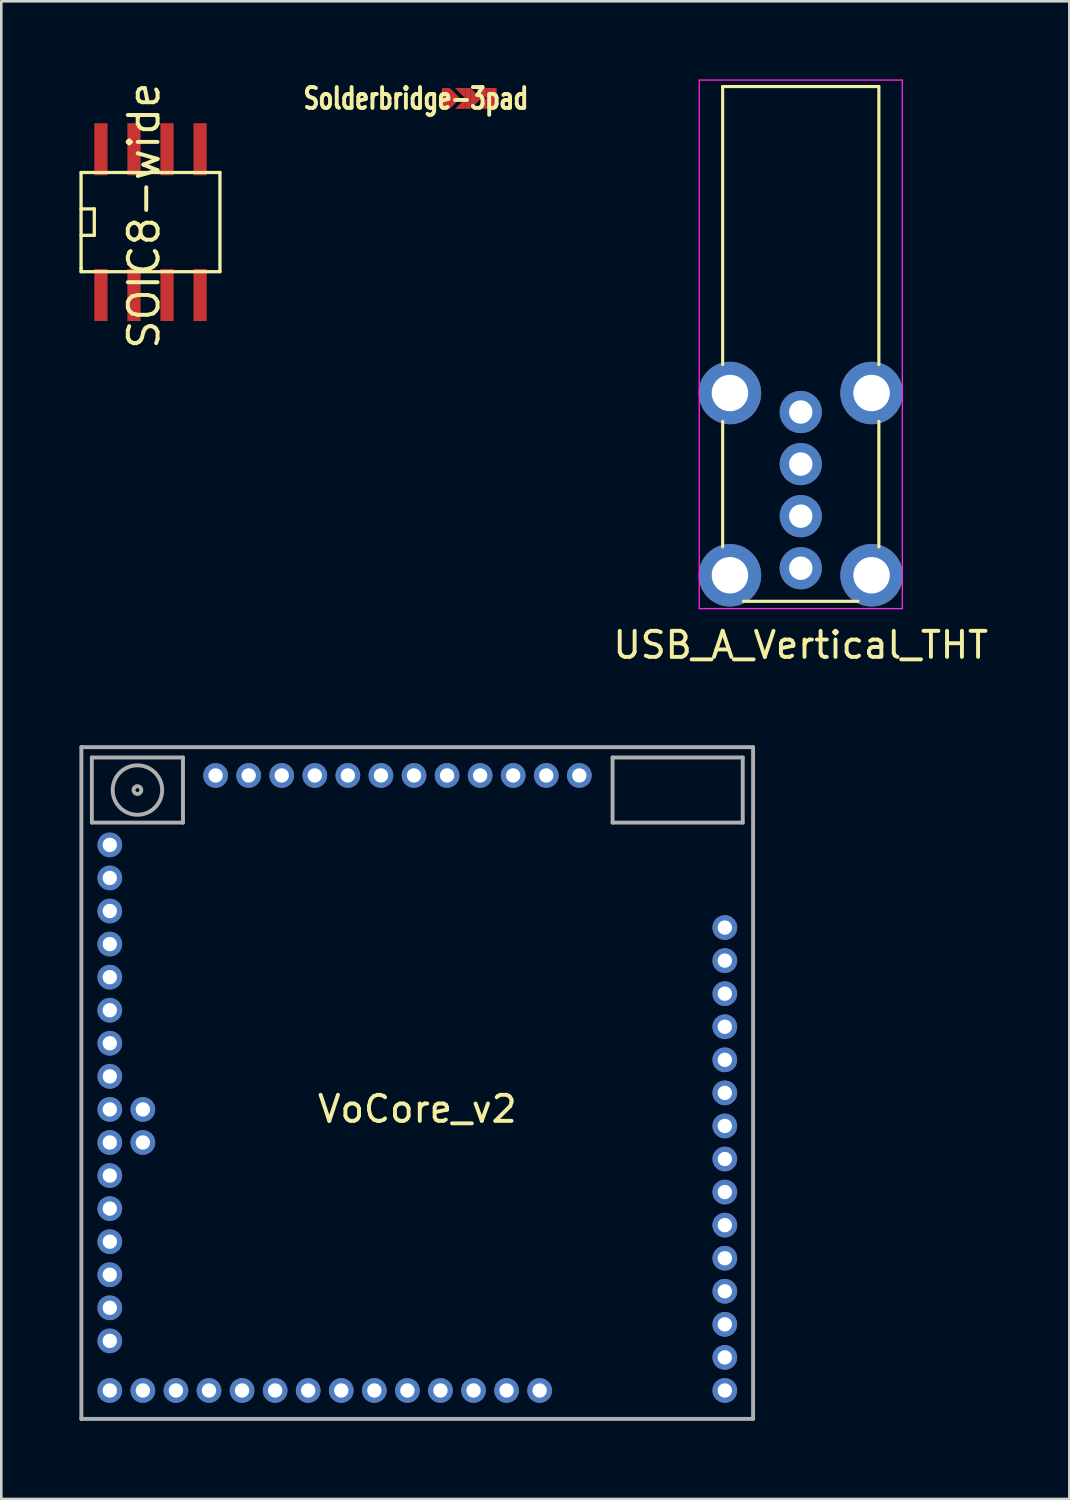
<source format=kicad_pcb>
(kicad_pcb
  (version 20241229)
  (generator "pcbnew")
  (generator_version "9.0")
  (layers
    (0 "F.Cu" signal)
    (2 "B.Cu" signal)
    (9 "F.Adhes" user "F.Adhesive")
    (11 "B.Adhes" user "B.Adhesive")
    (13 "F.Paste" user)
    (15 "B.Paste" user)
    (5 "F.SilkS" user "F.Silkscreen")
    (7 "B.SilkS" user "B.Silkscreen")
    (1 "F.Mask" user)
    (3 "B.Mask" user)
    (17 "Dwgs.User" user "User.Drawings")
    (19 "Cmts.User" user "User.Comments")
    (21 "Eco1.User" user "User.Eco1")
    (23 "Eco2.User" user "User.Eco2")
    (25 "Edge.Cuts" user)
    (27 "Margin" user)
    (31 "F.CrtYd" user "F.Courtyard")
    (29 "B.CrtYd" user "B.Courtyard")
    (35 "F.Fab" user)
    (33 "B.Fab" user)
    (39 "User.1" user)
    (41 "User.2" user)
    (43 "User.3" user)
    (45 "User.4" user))
  (footprint "Solderbridge-3pad"
    (layer "F.Cu")
    (at 14.626 0.731)
    (property "Reference" "Solderbridge-3pad" (at -1.7 0 180) (layer "F.SilkS") (effects (font (size 0.8 0.6) (thickness 0.15))))
    (attr through_hole)
    (fp_line (start -0.6 -0.3) (end 0.5 -0.3) (stroke (width 0.2) (type solid)) (layer "F.Mask"))
    (fp_line (start -0.6 -0.1) (end 0.4 -0.1) (stroke (width 0.3) (type solid)) (layer "F.Mask"))
    (fp_line (start -0.6 0.1) (end 0.4 0.1) (stroke (width 0.3) (type solid)) (layer "F.Mask"))
    (fp_line (start -0.6 0.3) (end -0.6 -0.3) (stroke (width 0.2) (type solid)) (layer "F.Mask"))
    (fp_line (start 0.4 -0.3) (end 1.3 -0.3) (stroke (width 0.2) (type solid)) (layer "F.Mask"))
    (fp_line (start 0.5 -0.3) (end 0.5 0.3) (stroke (width 0.2) (type solid)) (layer "F.Mask"))
    (fp_line (start 0.5 -0.2) (end 1.2 -0.2) (stroke (width 0.2) (type solid)) (layer "F.Mask"))
    (fp_line (start 0.5 -0.1) (end 1.2 -0.1) (stroke (width 0.2) (type solid)) (layer "F.Mask"))
    (fp_line (start 0.5 0) (end 1.2 0) (stroke (width 0.2) (type solid)) (layer "F.Mask"))
    (fp_line (start 0.5 0.1) (end 1.2 0.1) (stroke (width 0.2) (type solid)) (layer "F.Mask"))
    (fp_line (start 0.5 0.2) (end 1.2 0.2) (stroke (width 0.2) (type solid)) (layer "F.Mask"))
    (fp_line (start 0.5 0.3) (end -0.6 0.3) (stroke (width 0.2) (type solid)) (layer "F.Mask"))
    (fp_line (start 1.3 -0.3) (end 1.3 0.3) (stroke (width 0.2) (type solid)) (layer "F.Mask"))
    (fp_line (start 1.3 0.3) (end 0.5 0.3) (stroke (width 0.2) (type solid)) (layer "F.Mask"))
    (pad "1" smd rect (at -0.55 0) (size 0.3 0.8) (layers "F.Cu" "F.Mask" "F.Paste"))
    (pad "1" smd trapezoid (at -0.2 0) (size 0.4 0.4) (rect_delta 0.4 0) (layers "F.Cu" "F.Mask" "F.Paste"))
    (pad "2" smd trapezoid (at 0.1 -0.3 45) (size 0.283 0.283) (rect_delta 0.283 0) (layers "F.Cu" "F.Mask" "F.Paste"))
    (pad "2" smd trapezoid (at 0.1 0.3 315) (size 0.283 0.283) (rect_delta 0.283 0) (layers "F.Cu" "F.Mask" "F.Paste"))
    (pad "2" smd rect (at 0.3 0) (size 0.2 0.8) (layers "F.Cu" "F.Mask" "F.Paste"))
    (pad "2" smd trapezoid (at 0.6 0) (size 0.4 0.4) (rect_delta 0.4 0) (layers "F.Cu" "F.Mask" "F.Paste"))
    (pad "3" smd trapezoid (at 0.9 -0.3 45) (size 0.283 0.283) (rect_delta 0.283 0) (layers "F.Cu" "F.Mask" "F.Paste"))
    (pad "3" smd trapezoid (at 0.9 0.3 315) (size 0.283 0.283) (rect_delta 0.283 0) (layers "F.Cu" "F.Mask" "F.Paste"))
    (pad "3" smd rect (at 1.2 0) (size 0.4 0.8) (layers "F.Cu" "F.Mask" "F.Paste")))
  (footprint "USB_A_Vertical_THT"
    (layer "F.Cu")
    (at 27.706 12.775)
    (property "Reference" "USB_A_Vertical_THT" (at 0 8.95 0) (layer "F.SilkS") (effects (font (size 1 1) (thickness 0.15))))
    (attr through_hole)
    (fp_line (start -3 -12.5) (end 3 -12.5) (stroke (width 0.12) (type solid)) (layer "F.SilkS"))
    (fp_line (start -3 -1.82) (end -3 -12.5) (stroke (width 0.12) (type solid)) (layer "F.SilkS"))
    (fp_line (start -3 0.36) (end -3 5.18) (stroke (width 0.12) (type solid)) (layer "F.SilkS"))
    (fp_line (start 2.2 7.27) (end -2.2 7.27) (stroke (width 0.12) (type solid)) (layer "F.SilkS"))
    (fp_line (start 3 -1.82) (end 3 -12.5) (stroke (width 0.12) (type solid)) (layer "F.SilkS"))
    (fp_line (start 3 0.36) (end 3 5.18) (stroke (width 0.12) (type solid)) (layer "F.SilkS"))
    (fp_line (start -3.9 -12.75) (end 3.9 -12.75) (stroke (width 0.05) (type solid)) (layer "F.CrtYd"))
    (fp_line (start -3.9 7.55) (end -3.9 -12.75) (stroke (width 0.05) (type solid)) (layer "F.CrtYd"))
    (fp_line (start 3.9 -12.75) (end 3.9 7.55) (stroke (width 0.05) (type solid)) (layer "F.CrtYd"))
    (fp_line (start 3.9 7.55) (end -3.9 7.55) (stroke (width 0.05) (type solid)) (layer "F.CrtYd"))
    (pad "1" thru_hole circle (at 0 0) (size 1.62 1.62) (drill 0.9) (layers "*.Cu" "*.Mask"))
    (pad "2" thru_hole circle (at 0 2) (size 1.62 1.62) (drill 0.9) (layers "*.Cu" "*.Mask"))
    (pad "3" thru_hole circle (at 0 4) (size 1.62 1.62) (drill 0.9) (layers "*.Cu" "*.Mask"))
    (pad "4" thru_hole circle (at 0 6) (size 1.62 1.62) (drill 0.9) (layers "*.Cu" "*.Mask"))
    (pad "5" thru_hole circle (at -2.72 -0.73) (size 2.4 2.4) (drill 1.4) (layers "*.Cu" "*.Mask"))
    (pad "5" thru_hole circle (at -2.72 6.27) (size 2.4 2.4) (drill 1.4) (layers "*.Cu" "*.Mask"))
    (pad "5" thru_hole circle (at 2.72 -0.73) (size 2.4 2.4) (drill 1.4) (layers "*.Cu" "*.Mask"))
    (pad "5" thru_hole circle (at 2.72 6.27) (size 2.4 2.4) (drill 1.4) (layers "*.Cu" "*.Mask")))
  (footprint "SOIC8-wide"
    (layer "F.Cu")
    (at 2.731 5.481)
    (property "Reference" "SOIC8-wide" (at -0.25 -0.25 90) (layer "F.SilkS") (effects (font (size 1.143 1.143) (thickness 0.152))))
    (attr smd)
    (fp_line (start -2.667 -1.905) (end -2.667 1.778) (stroke (width 0.127) (type solid)) (layer "F.SilkS"))
    (fp_line (start -2.667 -0.508) (end -2.159 -0.508) (stroke (width 0.127) (type solid)) (layer "F.SilkS"))
    (fp_line (start -2.667 1.778) (end -2.667 1.905) (stroke (width 0.127) (type solid)) (layer "F.SilkS"))
    (fp_line (start -2.667 1.905) (end 2.667 1.905) (stroke (width 0.127) (type solid)) (layer "F.SilkS"))
    (fp_line (start -2.159 -0.508) (end -2.159 0.508) (stroke (width 0.127) (type solid)) (layer "F.SilkS"))
    (fp_line (start -2.159 0.508) (end -2.667 0.508) (stroke (width 0.127) (type solid)) (layer "F.SilkS"))
    (fp_line (start 2.667 -1.905) (end -2.667 -1.905) (stroke (width 0.127) (type solid)) (layer "F.SilkS"))
    (fp_line (start 2.667 -1.905) (end 2.667 1.905) (stroke (width 0.127) (type solid)) (layer "F.SilkS"))
    (pad "1" smd rect (at -1.905 2.799) (size 0.508 1.999) (layers "F.Cu" "F.Mask" "F.Paste"))
    (pad "2" smd rect (at -0.635 2.799) (size 0.508 1.999) (layers "F.Cu" "F.Mask" "F.Paste"))
    (pad "3" smd rect (at 0.635 2.799) (size 0.508 1.999) (layers "F.Cu" "F.Mask" "F.Paste"))
    (pad "4" smd rect (at 1.905 2.799) (size 0.508 1.999) (layers "F.Cu" "F.Mask" "F.Paste"))
    (pad "5" smd rect (at 1.905 -2.799) (size 0.508 1.999) (layers "F.Cu" "F.Mask" "F.Paste"))
    (pad "6" smd rect (at 0.635 -2.799) (size 0.508 1.999) (layers "F.Cu" "F.Mask" "F.Paste"))
    (pad "7" smd rect (at -0.635 -2.799) (size 0.508 1.999) (layers "F.Cu" "F.Mask" "F.Paste"))
    (pad "8" smd rect (at -1.905 -2.799) (size 0.508 1.999) (layers "F.Cu" "F.Mask" "F.Paste")))
  (footprint "VoCore_v2"
    (layer "F.Cu")
    (at 12.978 38.545)
    (property "Reference" "VoCore_v2" (at 0 1 0) (layer "F.SilkS") (effects (font (size 1 1) (thickness 0.15))))
    (attr through_hole)
    (fp_line (start -12.903 -12.897) (end 12.897 -12.897) (stroke (width 0.15) (type solid)) (layer "F.Fab"))
    (fp_line (start -12.903 12.903) (end -12.903 -12.897) (stroke (width 0.15) (type solid)) (layer "F.Fab"))
    (fp_line (start -12.5 -12.5) (end -9 -12.5) (stroke (width 0.15) (type solid)) (layer "F.Fab"))
    (fp_line (start -12.5 -10) (end -12.5 -12.5) (stroke (width 0.15) (type solid)) (layer "F.Fab"))
    (fp_line (start -9 -12.5) (end -9 -10) (stroke (width 0.15) (type solid)) (layer "F.Fab"))
    (fp_line (start -9 -10) (end -12.5 -10) (stroke (width 0.15) (type solid)) (layer "F.Fab"))
    (fp_line (start 7.5 -12.5) (end 12.5 -12.5) (stroke (width 0.15) (type solid)) (layer "F.Fab"))
    (fp_line (start 7.5 -10) (end 7.5 -12.5) (stroke (width 0.15) (type solid)) (layer "F.Fab"))
    (fp_line (start 12.5 -12.5) (end 12.5 -10) (stroke (width 0.15) (type solid)) (layer "F.Fab"))
    (fp_line (start 12.5 -10) (end 7.5 -10) (stroke (width 0.15) (type solid)) (layer "F.Fab"))
    (fp_line (start 12.897 -12.897) (end 12.897 12.903) (stroke (width 0.15) (type solid)) (layer "F.Fab"))
    (fp_line (start 12.897 12.903) (end -12.903 12.903) (stroke (width 0.15) (type solid)) (layer "F.Fab"))
    (fp_circle (center -10.75 -11.25) (end -10.6 -11.25) (stroke (width 0.15) (type solid)) (fill no) (layer "F.Fab"))
    (fp_circle (center -10.75 -11.25) (end -9.8 -11.25) (stroke (width 0.15) (type solid)) (fill no) (layer "F.Fab"))
    (pad "1" thru_hole circle (at -11.811 -9.144) (size 0.95 0.95) (drill 0.55) (layers "*.Cu" "*.Mask"))
    (pad "2" thru_hole circle (at -11.811 -7.874) (size 0.95 0.95) (drill 0.55) (layers "*.Cu" "*.Mask"))
    (pad "3" thru_hole circle (at -11.811 -6.604) (size 0.95 0.95) (drill 0.55) (layers "*.Cu" "*.Mask"))
    (pad "4" thru_hole circle (at -11.811 -5.334) (size 0.95 0.95) (drill 0.55) (layers "*.Cu" "*.Mask"))
    (pad "5" thru_hole circle (at -11.811 -4.064) (size 0.95 0.95) (drill 0.55) (layers "*.Cu" "*.Mask"))
    (pad "6" thru_hole circle (at -11.811 -2.794) (size 0.95 0.95) (drill 0.55) (layers "*.Cu" "*.Mask"))
    (pad "7" thru_hole circle (at -11.811 -1.524) (size 0.95 0.95) (drill 0.55) (layers "*.Cu" "*.Mask"))
    (pad "8" thru_hole circle (at -11.811 -0.254) (size 0.95 0.95) (drill 0.55) (layers "*.Cu" "*.Mask"))
    (pad "9" thru_hole circle (at -11.811 1.016) (size 0.95 0.95) (drill 0.55) (layers "*.Cu" "*.Mask"))
    (pad "10" thru_hole circle (at -11.811 2.286) (size 0.95 0.95) (drill 0.55) (layers "*.Cu" "*.Mask"))
    (pad "11" thru_hole circle (at -10.541 1.016) (size 0.95 0.95) (drill 0.55) (layers "*.Cu" "*.Mask"))
    (pad "12" thru_hole circle (at -10.541 2.286) (size 0.95 0.95) (drill 0.55) (layers "*.Cu" "*.Mask"))
    (pad "13" thru_hole circle (at -11.811 3.556) (size 0.95 0.95) (drill 0.55) (layers "*.Cu" "*.Mask"))
    (pad "14" thru_hole circle (at -11.811 4.826) (size 0.95 0.95) (drill 0.55) (layers "*.Cu" "*.Mask"))
    (pad "15" thru_hole circle (at -11.811 6.096) (size 0.95 0.95) (drill 0.55) (layers "*.Cu" "*.Mask"))
    (pad "16" thru_hole circle (at -11.811 7.366) (size 0.95 0.95) (drill 0.55) (layers "*.Cu" "*.Mask"))
    (pad "17" thru_hole circle (at -11.811 8.636) (size 0.95 0.95) (drill 0.55) (layers "*.Cu" "*.Mask"))
    (pad "18" thru_hole circle (at -11.811 9.906) (size 0.95 0.95) (drill 0.55) (layers "*.Cu" "*.Mask"))
    (pad "19" thru_hole circle (at -11.811 11.811) (size 0.95 0.95) (drill 0.55) (layers "*.Cu" "*.Mask"))
    (pad "20" thru_hole circle (at -10.541 11.811) (size 0.95 0.95) (drill 0.55) (layers "*.Cu" "*.Mask"))
    (pad "21" thru_hole circle (at -9.271 11.811) (size 0.95 0.95) (drill 0.55) (layers "*.Cu" "*.Mask"))
    (pad "22" thru_hole circle (at -8.001 11.811) (size 0.95 0.95) (drill 0.55) (layers "*.Cu" "*.Mask"))
    (pad "23" thru_hole circle (at -6.731 11.811) (size 0.95 0.95) (drill 0.55) (layers "*.Cu" "*.Mask"))
    (pad "24" thru_hole circle (at -5.461 11.811) (size 0.95 0.95) (drill 0.55) (layers "*.Cu" "*.Mask"))
    (pad "25" thru_hole circle (at -4.191 11.811) (size 0.95 0.95) (drill 0.55) (layers "*.Cu" "*.Mask"))
    (pad "26" thru_hole circle (at -2.921 11.811) (size 0.95 0.95) (drill 0.55) (layers "*.Cu" "*.Mask"))
    (pad "27" thru_hole circle (at -1.651 11.811) (size 0.95 0.95) (drill 0.55) (layers "*.Cu" "*.Mask"))
    (pad "28" thru_hole circle (at -0.381 11.811) (size 0.95 0.95) (drill 0.55) (layers "*.Cu" "*.Mask"))
    (pad "29" thru_hole circle (at 0.889 11.811) (size 0.95 0.95) (drill 0.55) (layers "*.Cu" "*.Mask"))
    (pad "30" thru_hole circle (at 2.159 11.811) (size 0.95 0.95) (drill 0.55) (layers "*.Cu" "*.Mask"))
    (pad "31" thru_hole circle (at 3.429 11.811) (size 0.95 0.95) (drill 0.55) (layers "*.Cu" "*.Mask"))
    (pad "32" thru_hole circle (at 4.699 11.811) (size 0.95 0.95) (drill 0.55) (layers "*.Cu" "*.Mask"))
    (pad "33" thru_hole circle (at 11.811 11.811) (size 0.95 0.95) (drill 0.55) (layers "*.Cu" "*.Mask"))
    (pad "34" thru_hole circle (at 11.811 10.541) (size 0.95 0.95) (drill 0.55) (layers "*.Cu" "*.Mask"))
    (pad "35" thru_hole circle (at 11.811 9.271) (size 0.95 0.95) (drill 0.55) (layers "*.Cu" "*.Mask"))
    (pad "36" thru_hole circle (at 11.811 8.001) (size 0.95 0.95) (drill 0.55) (layers "*.Cu" "*.Mask"))
    (pad "37" thru_hole circle (at 11.811 6.731) (size 0.95 0.95) (drill 0.55) (layers "*.Cu" "*.Mask"))
    (pad "38" thru_hole circle (at 11.811 5.461) (size 0.95 0.95) (drill 0.55) (layers "*.Cu" "*.Mask"))
    (pad "39" thru_hole circle (at 11.811 4.191) (size 0.95 0.95) (drill 0.55) (layers "*.Cu" "*.Mask"))
    (pad "40" thru_hole circle (at 11.811 2.921) (size 0.95 0.95) (drill 0.55) (layers "*.Cu" "*.Mask"))
    (pad "41" thru_hole circle (at 11.811 1.651) (size 0.95 0.95) (drill 0.55) (layers "*.Cu" "*.Mask"))
    (pad "42" thru_hole circle (at 11.811 0.381) (size 0.95 0.95) (drill 0.55) (layers "*.Cu" "*.Mask"))
    (pad "43" thru_hole circle (at 11.811 -0.889) (size 0.95 0.95) (drill 0.55) (layers "*.Cu" "*.Mask"))
    (pad "44" thru_hole circle (at 11.811 -2.159) (size 0.95 0.95) (drill 0.55) (layers "*.Cu" "*.Mask"))
    (pad "45" thru_hole circle (at 11.811 -3.429) (size 0.95 0.95) (drill 0.55) (layers "*.Cu" "*.Mask"))
    (pad "46" thru_hole circle (at 11.811 -4.699) (size 0.95 0.95) (drill 0.55) (layers "*.Cu" "*.Mask"))
    (pad "47" thru_hole circle (at 11.811 -5.969) (size 0.95 0.95) (drill 0.55) (layers "*.Cu" "*.Mask"))
    (pad "48" thru_hole circle (at 6.223 -11.811) (size 0.95 0.95) (drill 0.55) (layers "*.Cu" "*.Mask"))
    (pad "49" thru_hole circle (at 4.953 -11.811) (size 0.95 0.95) (drill 0.55) (layers "*.Cu" "*.Mask"))
    (pad "50" thru_hole circle (at 3.683 -11.811) (size 0.95 0.95) (drill 0.55) (layers "*.Cu" "*.Mask"))
    (pad "51" thru_hole circle (at 2.413 -11.811) (size 0.95 0.95) (drill 0.55) (layers "*.Cu" "*.Mask"))
    (pad "52" thru_hole circle (at 1.143 -11.811) (size 0.95 0.95) (drill 0.55) (layers "*.Cu" "*.Mask"))
    (pad "53" thru_hole circle (at -0.127 -11.811) (size 0.95 0.95) (drill 0.55) (layers "*.Cu" "*.Mask"))
    (pad "54" thru_hole circle (at -1.397 -11.811) (size 0.95 0.95) (drill 0.55) (layers "*.Cu" "*.Mask"))
    (pad "55" thru_hole circle (at -2.667 -11.811) (size 0.95 0.95) (drill 0.55) (layers "*.Cu" "*.Mask"))
    (pad "56" thru_hole circle (at -3.937 -11.811) (size 0.95 0.95) (drill 0.55) (layers "*.Cu" "*.Mask"))
    (pad "57" thru_hole circle (at -5.207 -11.811) (size 0.95 0.95) (drill 0.55) (layers "*.Cu" "*.Mask"))
    (pad "58" thru_hole circle (at -6.477 -11.811) (size 0.95 0.95) (drill 0.55) (layers "*.Cu" "*.Mask"))
    (pad "59" thru_hole circle (at -7.747 -11.811) (size 0.95 0.95) (drill 0.55) (layers "*.Cu" "*.Mask")))
  (gr_rect
    (start -3 -3)
    (end 38.022 54.523)
    (stroke (width 0.1) (type default))
    (fill no)
    (layer "Edge.Cuts")))
</source>
